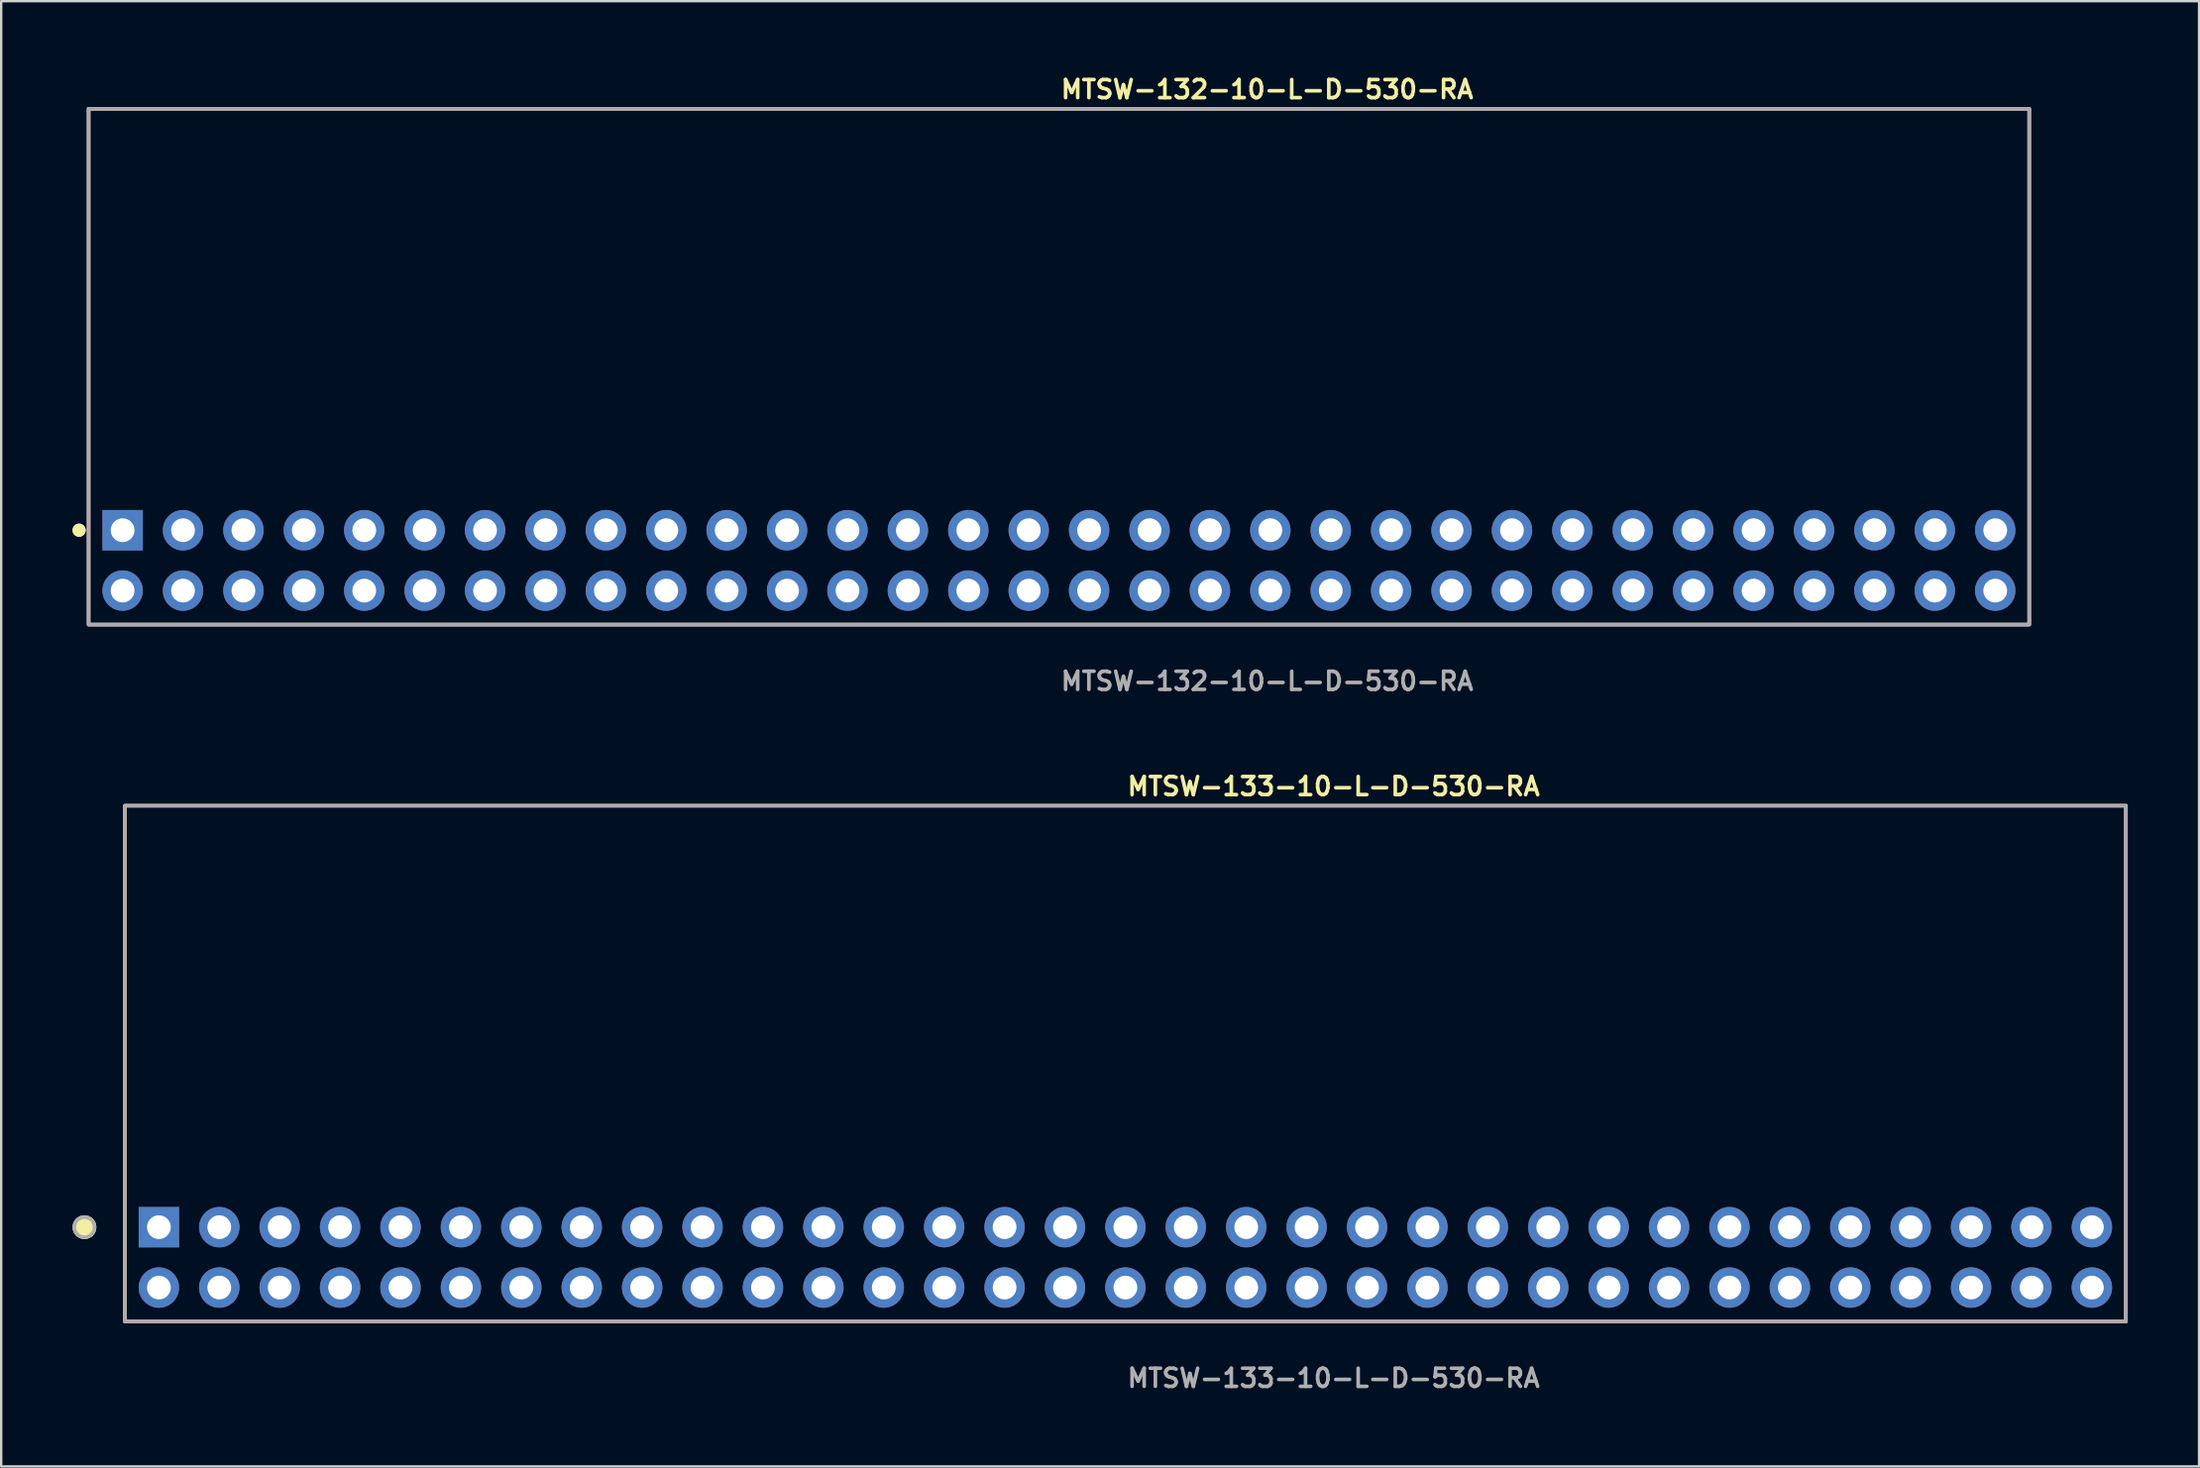
<source format=kicad_pcb>
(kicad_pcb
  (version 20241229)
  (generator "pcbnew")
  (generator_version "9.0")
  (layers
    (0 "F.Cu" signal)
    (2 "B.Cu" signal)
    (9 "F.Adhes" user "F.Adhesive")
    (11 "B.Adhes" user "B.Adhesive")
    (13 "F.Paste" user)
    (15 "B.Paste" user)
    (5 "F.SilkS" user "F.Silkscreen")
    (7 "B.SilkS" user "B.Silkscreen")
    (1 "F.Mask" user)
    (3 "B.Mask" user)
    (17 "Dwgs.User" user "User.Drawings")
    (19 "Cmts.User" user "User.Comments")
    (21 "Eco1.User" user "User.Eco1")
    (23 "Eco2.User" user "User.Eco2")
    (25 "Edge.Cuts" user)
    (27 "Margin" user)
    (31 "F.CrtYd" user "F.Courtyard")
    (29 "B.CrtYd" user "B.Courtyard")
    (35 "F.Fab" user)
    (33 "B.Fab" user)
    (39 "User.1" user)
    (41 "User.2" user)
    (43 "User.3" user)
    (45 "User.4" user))
  (footprint "MTSW-132-10-L-D-530-RA"
    (layer "F.Cu")
    (at 41.476 20.525)
    (property "Reference" "MTSW-132-10-L-D-530-RA" (at 0 -19.812 0) (unlocked yes) (layer "F.SilkS") (effects (font (size 0.762 0.762) (thickness 0.152)) (justify left)))
    (fp_rect (start -40.8 2.7) (end 40.8 -19) (stroke (width 0.152) (type solid)) (fill no) (layer "F.SilkS"))
    (fp_circle (center -41.2 -1.27) (end -41.4 -1.27) (stroke (width 0.152) (type solid)) (fill yes) (layer "F.SilkS"))
    (fp_circle (center -41.2 -1.27) (end -41.4 -1.27) (stroke (width 0.152) (type solid)) (fill yes) (layer "F.SilkS"))
    (fp_rect (start -40.8 2.7) (end 40.8 -19) (stroke (width 0.006) (type solid)) (fill no) (layer "F.CrtYd"))
    (fp_rect (start -40.8 2.7) (end 40.8 -19) (stroke (width 0.152) (type solid)) (fill no) (layer "F.Fab"))
    (fp_text user "${REFERENCE}" (at 0 5.08 0) (unlocked yes) (layer "F.Fab") (effects (font (size 0.762 0.762) (thickness 0.152)) (justify left)))
    (pad "1" thru_hole rect (at -39.37 -1.27) (size 1.7 1.7) (drill 1) (layers "*.Cu" "*.Mask"))
    (pad "2" thru_hole circle (at -39.37 1.27) (size 1.7 1.7) (drill 1) (layers "*.Cu" "*.Mask"))
    (pad "3" thru_hole circle (at -36.83 -1.27) (size 1.7 1.7) (drill 1) (layers "*.Cu" "*.Mask"))
    (pad "4" thru_hole circle (at -36.83 1.27) (size 1.7 1.7) (drill 1) (layers "*.Cu" "*.Mask"))
    (pad "5" thru_hole circle (at -34.29 -1.27) (size 1.7 1.7) (drill 1) (layers "*.Cu" "*.Mask"))
    (pad "6" thru_hole circle (at -34.29 1.27) (size 1.7 1.7) (drill 1) (layers "*.Cu" "*.Mask"))
    (pad "7" thru_hole circle (at -31.75 -1.27) (size 1.7 1.7) (drill 1) (layers "*.Cu" "*.Mask"))
    (pad "8" thru_hole circle (at -31.75 1.27) (size 1.7 1.7) (drill 1) (layers "*.Cu" "*.Mask"))
    (pad "9" thru_hole circle (at -29.21 -1.27) (size 1.7 1.7) (drill 1) (layers "*.Cu" "*.Mask"))
    (pad "10" thru_hole circle (at -29.21 1.27) (size 1.7 1.7) (drill 1) (layers "*.Cu" "*.Mask"))
    (pad "11" thru_hole circle (at -26.67 -1.27) (size 1.7 1.7) (drill 1) (layers "*.Cu" "*.Mask"))
    (pad "12" thru_hole circle (at -26.67 1.27) (size 1.7 1.7) (drill 1) (layers "*.Cu" "*.Mask"))
    (pad "13" thru_hole circle (at -24.13 -1.27) (size 1.7 1.7) (drill 1) (layers "*.Cu" "*.Mask"))
    (pad "14" thru_hole circle (at -24.13 1.27) (size 1.7 1.7) (drill 1) (layers "*.Cu" "*.Mask"))
    (pad "15" thru_hole circle (at -21.59 -1.27) (size 1.7 1.7) (drill 1) (layers "*.Cu" "*.Mask"))
    (pad "16" thru_hole circle (at -21.59 1.27) (size 1.7 1.7) (drill 1) (layers "*.Cu" "*.Mask"))
    (pad "17" thru_hole circle (at -19.05 -1.27) (size 1.7 1.7) (drill 1) (layers "*.Cu" "*.Mask"))
    (pad "18" thru_hole circle (at -19.05 1.27) (size 1.7 1.7) (drill 1) (layers "*.Cu" "*.Mask"))
    (pad "19" thru_hole circle (at -16.51 -1.27) (size 1.7 1.7) (drill 1) (layers "*.Cu" "*.Mask"))
    (pad "20" thru_hole circle (at -16.51 1.27) (size 1.7 1.7) (drill 1) (layers "*.Cu" "*.Mask"))
    (pad "21" thru_hole circle (at -13.97 -1.27) (size 1.7 1.7) (drill 1) (layers "*.Cu" "*.Mask"))
    (pad "22" thru_hole circle (at -13.97 1.27) (size 1.7 1.7) (drill 1) (layers "*.Cu" "*.Mask"))
    (pad "23" thru_hole circle (at -11.43 -1.27) (size 1.7 1.7) (drill 1) (layers "*.Cu" "*.Mask"))
    (pad "24" thru_hole circle (at -11.43 1.27) (size 1.7 1.7) (drill 1) (layers "*.Cu" "*.Mask"))
    (pad "25" thru_hole circle (at -8.89 -1.27) (size 1.7 1.7) (drill 1) (layers "*.Cu" "*.Mask"))
    (pad "26" thru_hole circle (at -8.89 1.27) (size 1.7 1.7) (drill 1) (layers "*.Cu" "*.Mask"))
    (pad "27" thru_hole circle (at -6.35 -1.27) (size 1.7 1.7) (drill 1) (layers "*.Cu" "*.Mask"))
    (pad "28" thru_hole circle (at -6.35 1.27) (size 1.7 1.7) (drill 1) (layers "*.Cu" "*.Mask"))
    (pad "29" thru_hole circle (at -3.81 -1.27) (size 1.7 1.7) (drill 1) (layers "*.Cu" "*.Mask"))
    (pad "30" thru_hole circle (at -3.81 1.27) (size 1.7 1.7) (drill 1) (layers "*.Cu" "*.Mask"))
    (pad "31" thru_hole circle (at -1.27 -1.27) (size 1.7 1.7) (drill 1) (layers "*.Cu" "*.Mask"))
    (pad "32" thru_hole circle (at -1.27 1.27) (size 1.7 1.7) (drill 1) (layers "*.Cu" "*.Mask"))
    (pad "33" thru_hole circle (at 1.27 -1.27) (size 1.7 1.7) (drill 1) (layers "*.Cu" "*.Mask"))
    (pad "34" thru_hole circle (at 1.27 1.27) (size 1.7 1.7) (drill 1) (layers "*.Cu" "*.Mask"))
    (pad "35" thru_hole circle (at 3.81 -1.27) (size 1.7 1.7) (drill 1) (layers "*.Cu" "*.Mask"))
    (pad "36" thru_hole circle (at 3.81 1.27) (size 1.7 1.7) (drill 1) (layers "*.Cu" "*.Mask"))
    (pad "37" thru_hole circle (at 6.35 -1.27) (size 1.7 1.7) (drill 1) (layers "*.Cu" "*.Mask"))
    (pad "38" thru_hole circle (at 6.35 1.27) (size 1.7 1.7) (drill 1) (layers "*.Cu" "*.Mask"))
    (pad "39" thru_hole circle (at 8.89 -1.27) (size 1.7 1.7) (drill 1) (layers "*.Cu" "*.Mask"))
    (pad "40" thru_hole circle (at 8.89 1.27) (size 1.7 1.7) (drill 1) (layers "*.Cu" "*.Mask"))
    (pad "41" thru_hole circle (at 11.43 -1.27) (size 1.7 1.7) (drill 1) (layers "*.Cu" "*.Mask"))
    (pad "42" thru_hole circle (at 11.43 1.27) (size 1.7 1.7) (drill 1) (layers "*.Cu" "*.Mask"))
    (pad "43" thru_hole circle (at 13.97 -1.27) (size 1.7 1.7) (drill 1) (layers "*.Cu" "*.Mask"))
    (pad "44" thru_hole circle (at 13.97 1.27) (size 1.7 1.7) (drill 1) (layers "*.Cu" "*.Mask"))
    (pad "45" thru_hole circle (at 16.51 -1.27) (size 1.7 1.7) (drill 1) (layers "*.Cu" "*.Mask"))
    (pad "46" thru_hole circle (at 16.51 1.27) (size 1.7 1.7) (drill 1) (layers "*.Cu" "*.Mask"))
    (pad "47" thru_hole circle (at 19.05 -1.27) (size 1.7 1.7) (drill 1) (layers "*.Cu" "*.Mask"))
    (pad "48" thru_hole circle (at 19.05 1.27) (size 1.7 1.7) (drill 1) (layers "*.Cu" "*.Mask"))
    (pad "49" thru_hole circle (at 21.59 -1.27) (size 1.7 1.7) (drill 1) (layers "*.Cu" "*.Mask"))
    (pad "50" thru_hole circle (at 21.59 1.27) (size 1.7 1.7) (drill 1) (layers "*.Cu" "*.Mask"))
    (pad "51" thru_hole circle (at 24.13 -1.27) (size 1.7 1.7) (drill 1) (layers "*.Cu" "*.Mask"))
    (pad "52" thru_hole circle (at 24.13 1.27) (size 1.7 1.7) (drill 1) (layers "*.Cu" "*.Mask"))
    (pad "53" thru_hole circle (at 26.67 -1.27) (size 1.7 1.7) (drill 1) (layers "*.Cu" "*.Mask"))
    (pad "54" thru_hole circle (at 26.67 1.27) (size 1.7 1.7) (drill 1) (layers "*.Cu" "*.Mask"))
    (pad "55" thru_hole circle (at 29.21 -1.27) (size 1.7 1.7) (drill 1) (layers "*.Cu" "*.Mask"))
    (pad "56" thru_hole circle (at 29.21 1.27) (size 1.7 1.7) (drill 1) (layers "*.Cu" "*.Mask"))
    (pad "57" thru_hole circle (at 31.75 -1.27) (size 1.7 1.7) (drill 1) (layers "*.Cu" "*.Mask"))
    (pad "58" thru_hole circle (at 31.75 1.27) (size 1.7 1.7) (drill 1) (layers "*.Cu" "*.Mask"))
    (pad "59" thru_hole circle (at 34.29 -1.27) (size 1.7 1.7) (drill 1) (layers "*.Cu" "*.Mask"))
    (pad "60" thru_hole circle (at 34.29 1.27) (size 1.7 1.7) (drill 1) (layers "*.Cu" "*.Mask"))
    (pad "61" thru_hole circle (at 36.83 -1.27) (size 1.7 1.7) (drill 1) (layers "*.Cu" "*.Mask"))
    (pad "62" thru_hole circle (at 36.83 1.27) (size 1.7 1.7) (drill 1) (layers "*.Cu" "*.Mask"))
    (pad "63" thru_hole circle (at 39.37 -1.27) (size 1.7 1.7) (drill 1) (layers "*.Cu" "*.Mask"))
    (pad "64" thru_hole circle (at 39.37 1.27) (size 1.7 1.7) (drill 1) (layers "*.Cu" "*.Mask")))
  (footprint "MTSW-133-10-L-D-530-RA"
    (layer "F.Cu")
    (at 44.271 49.844)
    (property "Reference" "MTSW-133-10-L-D-530-RA" (at 0 -19.812 0) (unlocked yes) (layer "F.SilkS") (effects (font (size 0.762 0.762) (thickness 0.152)) (justify left)))
    (fp_rect (start -42.07 2.7) (end 42.07 -19) (stroke (width 0.152) (type solid)) (fill no) (layer "F.SilkS"))
    (fp_circle (center -43.77 -1.27) (end -44.195 -1.27) (stroke (width 0.152) (type solid)) (fill yes) (layer "F.SilkS"))
    (fp_rect (start -42.07 2.7) (end 42.07 -19) (stroke (width 0.006) (type solid)) (fill no) (layer "F.CrtYd"))
    (fp_rect (start -42.07 2.7) (end 42.07 -19) (stroke (width 0.152) (type solid)) (fill no) (layer "F.Fab"))
    (fp_circle (center -43.77 -1.27) (end -44.195 -1.27) (stroke (width 0.152) (type solid)) (fill no) (layer "F.Fab"))
    (fp_text user "${REFERENCE}" (at 0 5.08 0) (unlocked yes) (layer "F.Fab") (effects (font (size 0.762 0.762) (thickness 0.152)) (justify left)))
    (pad "1" thru_hole rect (at -40.64 -1.27) (size 1.7 1.7) (drill 1) (layers "*.Cu" "*.Mask"))
    (pad "2" thru_hole circle (at -40.64 1.27) (size 1.7 1.7) (drill 1) (layers "*.Cu" "*.Mask"))
    (pad "3" thru_hole circle (at -38.1 -1.27) (size 1.7 1.7) (drill 1) (layers "*.Cu" "*.Mask"))
    (pad "4" thru_hole circle (at -38.1 1.27) (size 1.7 1.7) (drill 1) (layers "*.Cu" "*.Mask"))
    (pad "5" thru_hole circle (at -35.56 -1.27) (size 1.7 1.7) (drill 1) (layers "*.Cu" "*.Mask"))
    (pad "6" thru_hole circle (at -35.56 1.27) (size 1.7 1.7) (drill 1) (layers "*.Cu" "*.Mask"))
    (pad "7" thru_hole circle (at -33.02 -1.27) (size 1.7 1.7) (drill 1) (layers "*.Cu" "*.Mask"))
    (pad "8" thru_hole circle (at -33.02 1.27) (size 1.7 1.7) (drill 1) (layers "*.Cu" "*.Mask"))
    (pad "9" thru_hole circle (at -30.48 -1.27) (size 1.7 1.7) (drill 1) (layers "*.Cu" "*.Mask"))
    (pad "10" thru_hole circle (at -30.48 1.27) (size 1.7 1.7) (drill 1) (layers "*.Cu" "*.Mask"))
    (pad "11" thru_hole circle (at -27.94 -1.27) (size 1.7 1.7) (drill 1) (layers "*.Cu" "*.Mask"))
    (pad "12" thru_hole circle (at -27.94 1.27) (size 1.7 1.7) (drill 1) (layers "*.Cu" "*.Mask"))
    (pad "13" thru_hole circle (at -25.4 -1.27) (size 1.7 1.7) (drill 1) (layers "*.Cu" "*.Mask"))
    (pad "14" thru_hole circle (at -25.4 1.27) (size 1.7 1.7) (drill 1) (layers "*.Cu" "*.Mask"))
    (pad "15" thru_hole circle (at -22.86 -1.27) (size 1.7 1.7) (drill 1) (layers "*.Cu" "*.Mask"))
    (pad "16" thru_hole circle (at -22.86 1.27) (size 1.7 1.7) (drill 1) (layers "*.Cu" "*.Mask"))
    (pad "17" thru_hole circle (at -20.32 -1.27) (size 1.7 1.7) (drill 1) (layers "*.Cu" "*.Mask"))
    (pad "18" thru_hole circle (at -20.32 1.27) (size 1.7 1.7) (drill 1) (layers "*.Cu" "*.Mask"))
    (pad "19" thru_hole circle (at -17.78 -1.27) (size 1.7 1.7) (drill 1) (layers "*.Cu" "*.Mask"))
    (pad "20" thru_hole circle (at -17.78 1.27) (size 1.7 1.7) (drill 1) (layers "*.Cu" "*.Mask"))
    (pad "21" thru_hole circle (at -15.24 -1.27) (size 1.7 1.7) (drill 1) (layers "*.Cu" "*.Mask"))
    (pad "22" thru_hole circle (at -15.24 1.27) (size 1.7 1.7) (drill 1) (layers "*.Cu" "*.Mask"))
    (pad "23" thru_hole circle (at -12.7 -1.27) (size 1.7 1.7) (drill 1) (layers "*.Cu" "*.Mask"))
    (pad "24" thru_hole circle (at -12.7 1.27) (size 1.7 1.7) (drill 1) (layers "*.Cu" "*.Mask"))
    (pad "25" thru_hole circle (at -10.16 -1.27) (size 1.7 1.7) (drill 1) (layers "*.Cu" "*.Mask"))
    (pad "26" thru_hole circle (at -10.16 1.27) (size 1.7 1.7) (drill 1) (layers "*.Cu" "*.Mask"))
    (pad "27" thru_hole circle (at -7.62 -1.27) (size 1.7 1.7) (drill 1) (layers "*.Cu" "*.Mask"))
    (pad "28" thru_hole circle (at -7.62 1.27) (size 1.7 1.7) (drill 1) (layers "*.Cu" "*.Mask"))
    (pad "29" thru_hole circle (at -5.08 -1.27) (size 1.7 1.7) (drill 1) (layers "*.Cu" "*.Mask"))
    (pad "30" thru_hole circle (at -5.08 1.27) (size 1.7 1.7) (drill 1) (layers "*.Cu" "*.Mask"))
    (pad "31" thru_hole circle (at -2.54 -1.27) (size 1.7 1.7) (drill 1) (layers "*.Cu" "*.Mask"))
    (pad "32" thru_hole circle (at -2.54 1.27) (size 1.7 1.7) (drill 1) (layers "*.Cu" "*.Mask"))
    (pad "33" thru_hole circle (at 0 -1.27) (size 1.7 1.7) (drill 1) (layers "*.Cu" "*.Mask"))
    (pad "34" thru_hole circle (at 0 1.27) (size 1.7 1.7) (drill 1) (layers "*.Cu" "*.Mask"))
    (pad "35" thru_hole circle (at 2.54 -1.27) (size 1.7 1.7) (drill 1) (layers "*.Cu" "*.Mask"))
    (pad "36" thru_hole circle (at 2.54 1.27) (size 1.7 1.7) (drill 1) (layers "*.Cu" "*.Mask"))
    (pad "37" thru_hole circle (at 5.08 -1.27) (size 1.7 1.7) (drill 1) (layers "*.Cu" "*.Mask"))
    (pad "38" thru_hole circle (at 5.08 1.27) (size 1.7 1.7) (drill 1) (layers "*.Cu" "*.Mask"))
    (pad "39" thru_hole circle (at 7.62 -1.27) (size 1.7 1.7) (drill 1) (layers "*.Cu" "*.Mask"))
    (pad "40" thru_hole circle (at 7.62 1.27) (size 1.7 1.7) (drill 1) (layers "*.Cu" "*.Mask"))
    (pad "41" thru_hole circle (at 10.16 -1.27) (size 1.7 1.7) (drill 1) (layers "*.Cu" "*.Mask"))
    (pad "42" thru_hole circle (at 10.16 1.27) (size 1.7 1.7) (drill 1) (layers "*.Cu" "*.Mask"))
    (pad "43" thru_hole circle (at 12.7 -1.27) (size 1.7 1.7) (drill 1) (layers "*.Cu" "*.Mask"))
    (pad "44" thru_hole circle (at 12.7 1.27) (size 1.7 1.7) (drill 1) (layers "*.Cu" "*.Mask"))
    (pad "45" thru_hole circle (at 15.24 -1.27) (size 1.7 1.7) (drill 1) (layers "*.Cu" "*.Mask"))
    (pad "46" thru_hole circle (at 15.24 1.27) (size 1.7 1.7) (drill 1) (layers "*.Cu" "*.Mask"))
    (pad "47" thru_hole circle (at 17.78 -1.27) (size 1.7 1.7) (drill 1) (layers "*.Cu" "*.Mask"))
    (pad "48" thru_hole circle (at 17.78 1.27) (size 1.7 1.7) (drill 1) (layers "*.Cu" "*.Mask"))
    (pad "49" thru_hole circle (at 20.32 -1.27) (size 1.7 1.7) (drill 1) (layers "*.Cu" "*.Mask"))
    (pad "50" thru_hole circle (at 20.32 1.27) (size 1.7 1.7) (drill 1) (layers "*.Cu" "*.Mask"))
    (pad "51" thru_hole circle (at 22.86 -1.27) (size 1.7 1.7) (drill 1) (layers "*.Cu" "*.Mask"))
    (pad "52" thru_hole circle (at 22.86 1.27) (size 1.7 1.7) (drill 1) (layers "*.Cu" "*.Mask"))
    (pad "53" thru_hole circle (at 25.4 -1.27) (size 1.7 1.7) (drill 1) (layers "*.Cu" "*.Mask"))
    (pad "54" thru_hole circle (at 25.4 1.27) (size 1.7 1.7) (drill 1) (layers "*.Cu" "*.Mask"))
    (pad "55" thru_hole circle (at 27.94 -1.27) (size 1.7 1.7) (drill 1) (layers "*.Cu" "*.Mask"))
    (pad "56" thru_hole circle (at 27.94 1.27) (size 1.7 1.7) (drill 1) (layers "*.Cu" "*.Mask"))
    (pad "57" thru_hole circle (at 30.48 -1.27) (size 1.7 1.7) (drill 1) (layers "*.Cu" "*.Mask"))
    (pad "58" thru_hole circle (at 30.48 1.27) (size 1.7 1.7) (drill 1) (layers "*.Cu" "*.Mask"))
    (pad "59" thru_hole circle (at 33.02 -1.27) (size 1.7 1.7) (drill 1) (layers "*.Cu" "*.Mask"))
    (pad "60" thru_hole circle (at 33.02 1.27) (size 1.7 1.7) (drill 1) (layers "*.Cu" "*.Mask"))
    (pad "61" thru_hole circle (at 35.56 -1.27) (size 1.7 1.7) (drill 1) (layers "*.Cu" "*.Mask"))
    (pad "62" thru_hole circle (at 35.56 1.27) (size 1.7 1.7) (drill 1) (layers "*.Cu" "*.Mask"))
    (pad "63" thru_hole circle (at 38.1 -1.27) (size 1.7 1.7) (drill 1) (layers "*.Cu" "*.Mask"))
    (pad "64" thru_hole circle (at 38.1 1.27) (size 1.7 1.7) (drill 1) (layers "*.Cu" "*.Mask"))
    (pad "65" thru_hole circle (at 40.64 -1.27) (size 1.7 1.7) (drill 1) (layers "*.Cu" "*.Mask"))
    (pad "66" thru_hole circle (at 40.64 1.27) (size 1.7 1.7) (drill 1) (layers "*.Cu" "*.Mask")))
  (gr_rect
    (start -3 -3)
    (end 89.417 58.637)
    (stroke (width 0.1) (type default))
    (fill no)
    (layer "Edge.Cuts")))
</source>
